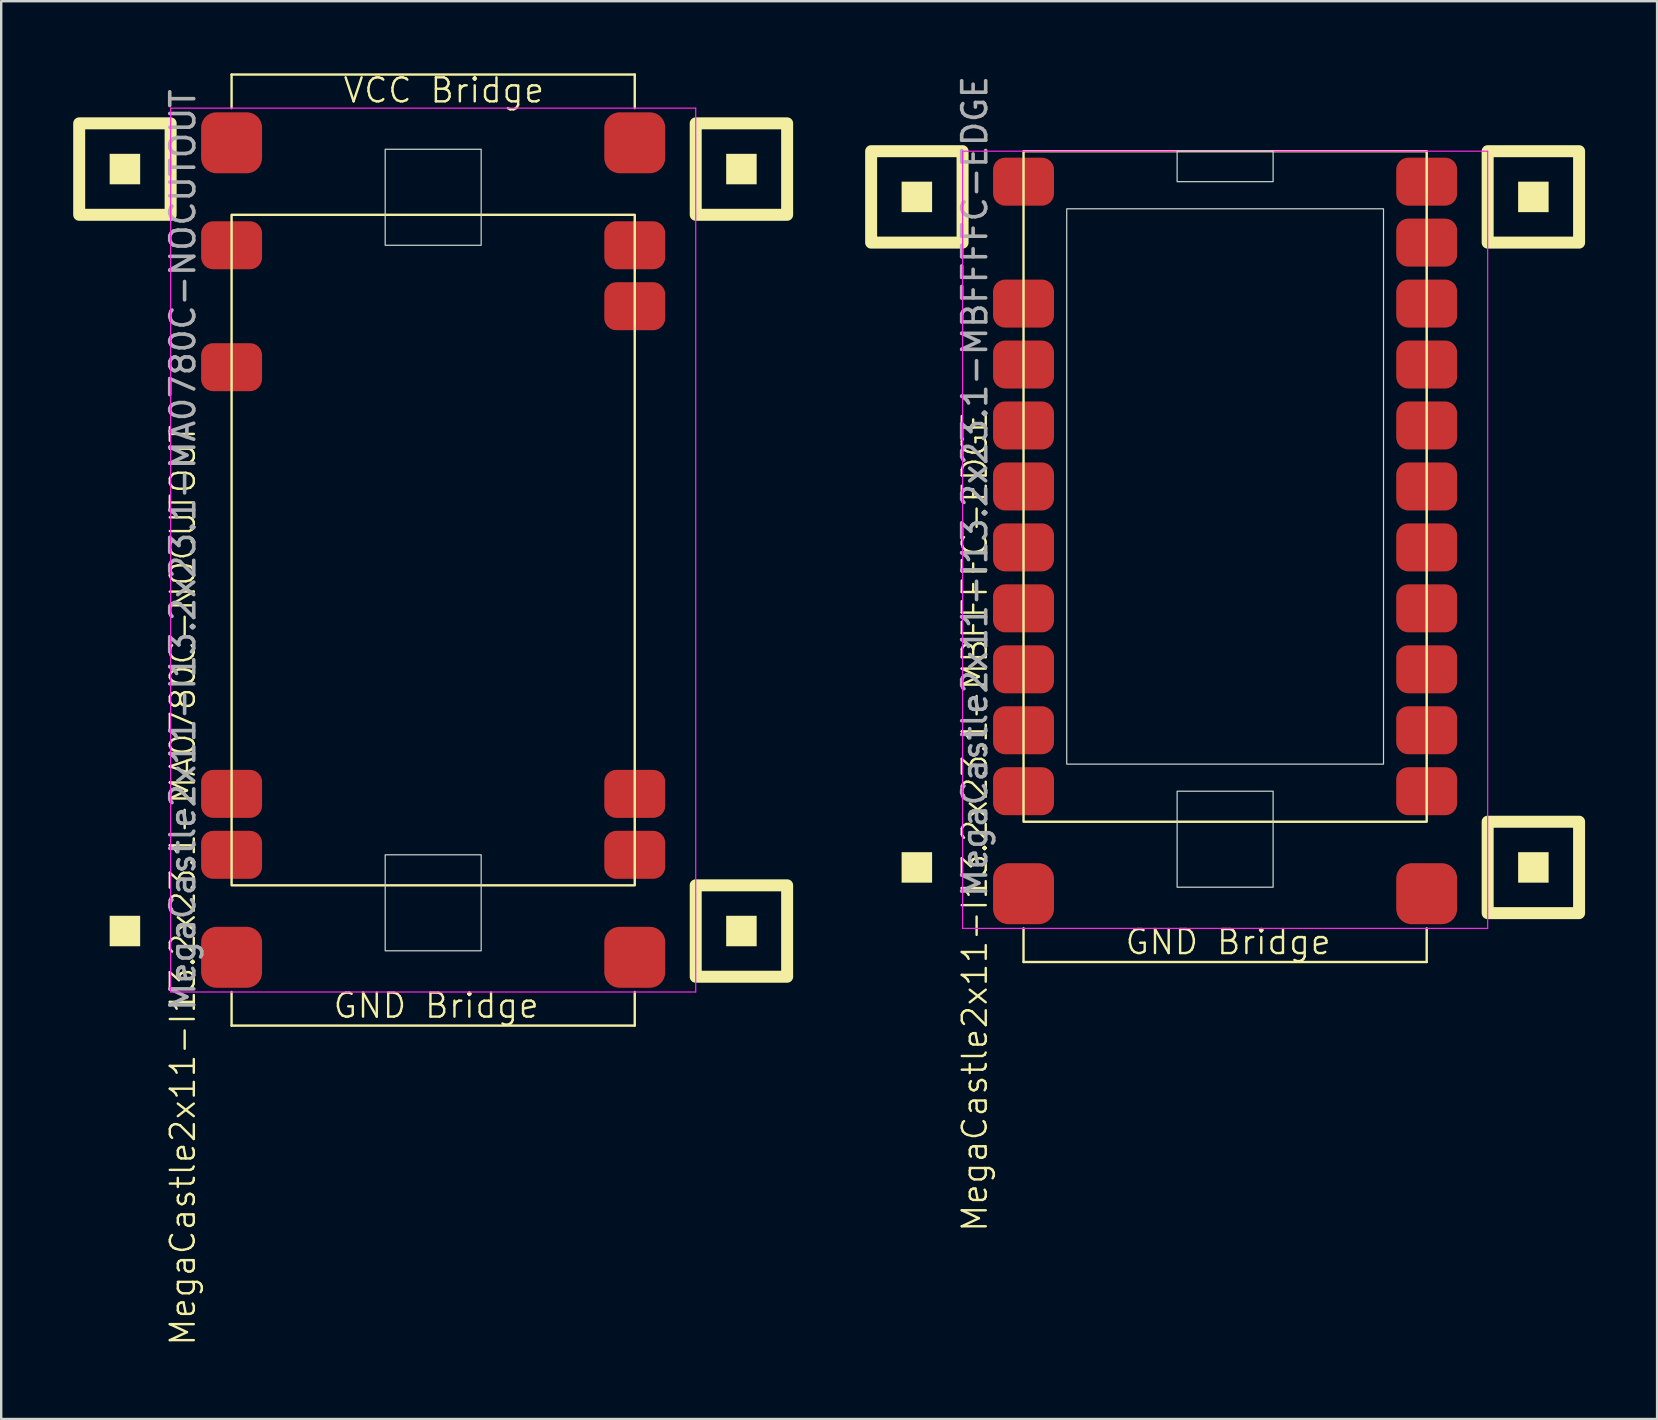
<source format=kicad_pcb>
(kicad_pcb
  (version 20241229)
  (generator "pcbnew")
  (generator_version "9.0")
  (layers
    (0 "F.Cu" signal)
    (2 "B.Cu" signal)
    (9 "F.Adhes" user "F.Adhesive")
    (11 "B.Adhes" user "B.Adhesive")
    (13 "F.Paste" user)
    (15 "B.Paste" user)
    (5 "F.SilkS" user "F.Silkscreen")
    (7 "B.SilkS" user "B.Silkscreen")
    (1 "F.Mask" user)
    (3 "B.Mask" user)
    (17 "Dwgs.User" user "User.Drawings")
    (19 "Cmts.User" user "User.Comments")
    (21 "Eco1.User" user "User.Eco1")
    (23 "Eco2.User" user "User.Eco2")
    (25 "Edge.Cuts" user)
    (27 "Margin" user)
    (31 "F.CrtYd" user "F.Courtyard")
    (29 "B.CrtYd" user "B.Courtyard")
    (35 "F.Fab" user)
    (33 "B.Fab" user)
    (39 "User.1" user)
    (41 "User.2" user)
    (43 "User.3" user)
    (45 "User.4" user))
  (footprint "MegaCastle2x11-I13.2x23.1-MBFFFFC-EDGE"
    (layer "F.Cu")
    (at 48 17.22)
    (property "Reference" "MegaCastle2x11-I13.2x23.1-MBFFFFC-EDGE" (at -10.432 13.97 90) (unlocked yes) (layer "F.SilkS") (effects (font (size 1 1) (thickness 0.1))))
    (attr smd)
    (fp_line (start -8.4 18.415) (end -8.4 19.815) (stroke (width 0.1) (type default)) (layer "F.SilkS"))
    (fp_line (start -8.4 19.815) (end 8.4 19.815) (stroke (width 0.1) (type default)) (layer "F.SilkS"))
    (fp_line (start 8.4 18.415) (end 8.4 19.815) (stroke (width 0.1) (type default)) (layer "F.SilkS"))
    (fp_rect (start -12.21 -11.43) (end -13.48 -12.7) (stroke (width 0) (type solid)) (fill yes) (layer "F.SilkS"))
    (fp_rect (start -12.21 16.51) (end -13.48 15.24) (stroke (width 0) (type solid)) (fill yes) (layer "F.SilkS"))
    (fp_rect (start -10.94 -10.16) (end -14.75 -13.97) (stroke (width 0.5) (type default)) (fill no) (layer "F.SilkS"))
    (fp_rect (start -8.4 -13.97) (end 8.4 13.97) (stroke (width 0.1) (type default)) (fill no) (layer "F.SilkS"))
    (fp_rect (start 13.48 -11.43) (end 12.21 -12.7) (stroke (width 0) (type solid)) (fill yes) (layer "F.SilkS"))
    (fp_rect (start 13.48 16.51) (end 12.21 15.24) (stroke (width 0) (type solid)) (fill yes) (layer "F.SilkS"))
    (fp_rect (start 14.75 -10.16) (end 10.94 -13.97) (stroke (width 0.5) (type default)) (fill no) (layer "F.SilkS"))
    (fp_rect (start 14.75 17.78) (end 10.94 13.97) (stroke (width 0.5) (type default)) (fill no) (layer "F.SilkS"))
    (fp_rect (start -6.6 -11.57) (end 6.6 11.57) (stroke (width 0.05) (type default)) (fill no) (layer "Edge.Cuts"))
    (fp_rect (start -2 -12.7) (end 2 -13.97) (stroke (width 0.05) (type default)) (fill no) (layer "Edge.Cuts"))
    (fp_rect (start -2 12.7) (end 2 16.7) (stroke (width 0.05) (type default)) (fill no) (layer "Edge.Cuts"))
    (fp_line (start -10.94 -13.97) (end -10.94 18.415) (stroke (width 0.05) (type default)) (layer "F.CrtYd"))
    (fp_line (start -10.94 18.415) (end 10.94 18.415) (stroke (width 0.05) (type default)) (layer "F.CrtYd"))
    (fp_line (start 10.94 -13.97) (end -10.94 -13.97) (stroke (width 0.05) (type default)) (layer "F.CrtYd"))
    (fp_line (start 10.94 -13.97) (end 10.94 18.415) (stroke (width 0.05) (type default)) (layer "F.CrtYd"))
    (fp_text user "GND Bridge" (at -4.226 19.57 0) (unlocked yes) (layer "F.SilkS") (effects (font (size 1 1) (thickness 0.1)) (justify left bottom)))
    (fp_text user "${REFERENCE}" (at -10.432 0 90) (unlocked yes) (layer "F.Fab") (effects (font (size 1 1) (thickness 0.15))))
    (pad "1" smd roundrect (at -8.4 -12.7) (size 2.54 2) (layers "F.Cu" "F.Mask" "F.Paste") (roundrect_rratio 0.25))
    (pad "3" smd roundrect (at -8.4 -7.62) (size 2.54 2) (layers "F.Cu" "F.Mask" "F.Paste") (roundrect_rratio 0.25))
    (pad "4" smd roundrect (at -8.4 -5.08) (size 2.54 2) (layers "F.Cu" "F.Mask" "F.Paste") (roundrect_rratio 0.25))
    (pad "5" smd roundrect (at -8.4 -2.54) (size 2.54 2) (layers "F.Cu" "F.Mask" "F.Paste") (roundrect_rratio 0.25))
    (pad "6" smd roundrect (at -8.4 0) (size 2.54 2) (layers "F.Cu" "F.Mask" "F.Paste") (roundrect_rratio 0.25))
    (pad "7" smd roundrect (at -8.4 2.54) (size 2.54 2) (layers "F.Cu" "F.Mask" "F.Paste") (roundrect_rratio 0.25))
    (pad "8" smd roundrect (at -8.4 5.08) (size 2.54 2) (layers "F.Cu" "F.Mask" "F.Paste") (roundrect_rratio 0.25))
    (pad "9" smd roundrect (at -8.4 7.62) (size 2.54 2) (layers "F.Cu" "F.Mask" "F.Paste") (roundrect_rratio 0.25))
    (pad "10" smd roundrect (at -8.4 10.16) (size 2.54 2) (layers "F.Cu" "F.Mask" "F.Paste") (roundrect_rratio 0.25))
    (pad "11" smd roundrect (at -8.4 12.7) (size 2.54 2) (layers "F.Cu" "F.Mask" "F.Paste") (roundrect_rratio 0.25))
    (pad "12" smd roundrect (at 8.4 -12.7) (size 2.54 2) (layers "F.Cu" "F.Mask" "F.Paste") (roundrect_rratio 0.25))
    (pad "13" smd roundrect (at 8.4 -10.16) (size 2.54 2) (layers "F.Cu" "F.Mask" "F.Paste") (roundrect_rratio 0.25))
    (pad "14" smd roundrect (at 8.4 -7.62) (size 2.54 2) (layers "F.Cu" "F.Mask" "F.Paste") (roundrect_rratio 0.25))
    (pad "15" smd roundrect (at 8.4 -5.08) (size 2.54 2) (layers "F.Cu" "F.Mask" "F.Paste") (roundrect_rratio 0.25))
    (pad "16" smd roundrect (at 8.4 -2.54) (size 2.54 2) (layers "F.Cu" "F.Mask" "F.Paste") (roundrect_rratio 0.25))
    (pad "17" smd roundrect (at 8.4 0) (size 2.54 2) (layers "F.Cu" "F.Mask" "F.Paste") (roundrect_rratio 0.25))
    (pad "18" smd roundrect (at 8.4 2.54) (size 2.54 2) (layers "F.Cu" "F.Mask" "F.Paste") (roundrect_rratio 0.25))
    (pad "19" smd roundrect (at 8.4 5.08) (size 2.54 2) (layers "F.Cu" "F.Mask" "F.Paste") (roundrect_rratio 0.25))
    (pad "20" smd roundrect (at 8.4 7.62) (size 2.54 2) (layers "F.Cu" "F.Mask" "F.Paste") (roundrect_rratio 0.25))
    (pad "21" smd roundrect (at 8.4 10.16) (size 2.54 2) (layers "F.Cu" "F.Mask" "F.Paste") (roundrect_rratio 0.25))
    (pad "22" smd roundrect (at 8.4 12.7) (size 2.54 2) (layers "F.Cu" "F.Mask" "F.Paste") (roundrect_rratio 0.25))
    (pad "B1" smd roundrect (at -8.4 16.97) (size 2.54 2.54) (layers "F.Cu" "F.Mask" "F.Paste") (roundrect_rratio 0.25))
    (pad "B2" smd roundrect (at 8.4 16.97) (size 2.54 2.54) (layers "F.Cu" "F.Mask" "F.Paste") (roundrect_rratio 0.25)))
  (footprint "MegaCastle2x11-I13.2x23.1-MA0780C-NOCUTOUT"
    (layer "F.Cu")
    (at 15 19.87)
    (property "Reference" "MegaCastle2x11-I13.2x23.1-MA0780C-NOCUTOUT" (at -10.432 13.97 90) (unlocked yes) (layer "F.SilkS") (effects (font (size 1 1) (thickness 0.1))))
    (attr smd)
    (fp_line (start -8.4 -19.815) (end 8.4 -19.815) (stroke (width 0.1) (type default)) (layer "F.SilkS"))
    (fp_line (start -8.4 -18.415) (end -8.4 -19.815) (stroke (width 0.1) (type default)) (layer "F.SilkS"))
    (fp_line (start -8.4 18.415) (end -8.4 19.815) (stroke (width 0.1) (type default)) (layer "F.SilkS"))
    (fp_line (start -8.4 19.815) (end 8.4 19.815) (stroke (width 0.1) (type default)) (layer "F.SilkS"))
    (fp_line (start 8.4 -18.415) (end 8.4 -19.815) (stroke (width 0.1) (type default)) (layer "F.SilkS"))
    (fp_line (start 8.4 18.415) (end 8.4 19.815) (stroke (width 0.1) (type default)) (layer "F.SilkS"))
    (fp_rect (start -12.21 -15.24) (end -13.48 -16.51) (stroke (width 0) (type solid)) (fill yes) (layer "F.SilkS"))
    (fp_rect (start -12.21 16.51) (end -13.48 15.24) (stroke (width 0) (type solid)) (fill yes) (layer "F.SilkS"))
    (fp_rect (start -10.94 -13.97) (end -14.75 -17.78) (stroke (width 0.5) (type default)) (fill no) (layer "F.SilkS"))
    (fp_rect (start -8.4 -13.97) (end 8.4 13.97) (stroke (width 0.1) (type default)) (fill no) (layer "F.SilkS"))
    (fp_rect (start 13.48 -15.24) (end 12.21 -16.51) (stroke (width 0) (type solid)) (fill yes) (layer "F.SilkS"))
    (fp_rect (start 13.48 16.51) (end 12.21 15.24) (stroke (width 0) (type solid)) (fill yes) (layer "F.SilkS"))
    (fp_rect (start 14.75 -13.97) (end 10.94 -17.78) (stroke (width 0.5) (type default)) (fill no) (layer "F.SilkS"))
    (fp_rect (start 14.75 17.78) (end 10.94 13.97) (stroke (width 0.5) (type default)) (fill no) (layer "F.SilkS"))
    (fp_rect (start -2 -12.7) (end 2 -16.7) (stroke (width 0.05) (type default)) (fill no) (layer "Edge.Cuts"))
    (fp_rect (start -2 12.7) (end 2 16.7) (stroke (width 0.05) (type default)) (fill no) (layer "Edge.Cuts"))
    (fp_line (start -10.94 -18.415) (end -10.94 18.415) (stroke (width 0.05) (type default)) (layer "F.CrtYd"))
    (fp_line (start -10.94 18.415) (end 10.94 18.415) (stroke (width 0.05) (type default)) (layer "F.CrtYd"))
    (fp_line (start 10.94 -18.415) (end -10.94 -18.415) (stroke (width 0.05) (type default)) (layer "F.CrtYd"))
    (fp_line (start 10.94 -18.415) (end 10.94 18.415) (stroke (width 0.05) (type default)) (layer "F.CrtYd"))
    (fp_text user "GND Bridge" (at -4.226 19.57 0) (unlocked yes) (layer "F.SilkS") (effects (font (size 1 1) (thickness 0.1)) (justify left bottom)))
    (fp_text user "VCC Bridge" (at -3.81 -18.57 0) (unlocked yes) (layer "F.SilkS") (effects (font (size 1 1) (thickness 0.1)) (justify left bottom)))
    (fp_text user "${REFERENCE}" (at -10.432 0 90) (unlocked yes) (layer "F.Fab") (effects (font (size 1 1) (thickness 0.15))))
    (pad "1" smd roundrect (at -8.4 -12.7) (size 2.54 2) (layers "F.Cu" "F.Mask" "F.Paste") (roundrect_rratio 0.25))
    (pad "3" smd roundrect (at -8.4 -7.62) (size 2.54 2) (layers "F.Cu" "F.Mask" "F.Paste") (roundrect_rratio 0.25))
    (pad "10" smd roundrect (at -8.4 10.16) (size 2.54 2) (layers "F.Cu" "F.Mask" "F.Paste") (roundrect_rratio 0.25))
    (pad "11" smd roundrect (at -8.4 12.7) (size 2.54 2) (layers "F.Cu" "F.Mask" "F.Paste") (roundrect_rratio 0.25))
    (pad "12" smd roundrect (at 8.4 -12.7) (size 2.54 2) (layers "F.Cu" "F.Mask" "F.Paste") (roundrect_rratio 0.25))
    (pad "13" smd roundrect (at 8.4 -10.16) (size 2.54 2) (layers "F.Cu" "F.Mask" "F.Paste") (roundrect_rratio 0.25))
    (pad "21" smd roundrect (at 8.4 10.16) (size 2.54 2) (layers "F.Cu" "F.Mask" "F.Paste") (roundrect_rratio 0.25))
    (pad "22" smd roundrect (at 8.4 12.7) (size 2.54 2) (layers "F.Cu" "F.Mask" "F.Paste") (roundrect_rratio 0.25))
    (pad "A1" smd roundrect (at -8.4 -16.97) (size 2.54 2.54) (layers "F.Cu" "F.Mask" "F.Paste") (roundrect_rratio 0.25))
    (pad "A2" smd roundrect (at 8.4 -16.97) (size 2.54 2.54) (layers "F.Cu" "F.Mask" "F.Paste") (roundrect_rratio 0.25))
    (pad "B1" smd roundrect (at -8.4 16.97) (size 2.54 2.54) (layers "F.Cu" "F.Mask" "F.Paste") (roundrect_rratio 0.25))
    (pad "B2" smd roundrect (at 8.4 16.97) (size 2.54 2.54) (layers "F.Cu" "F.Mask" "F.Paste") (roundrect_rratio 0.25)))
  (gr_rect
    (start -3 -3)
    (end 66 56.08)
    (stroke (width 0.1) (type default))
    (fill no)
    (layer "Edge.Cuts")))
</source>
